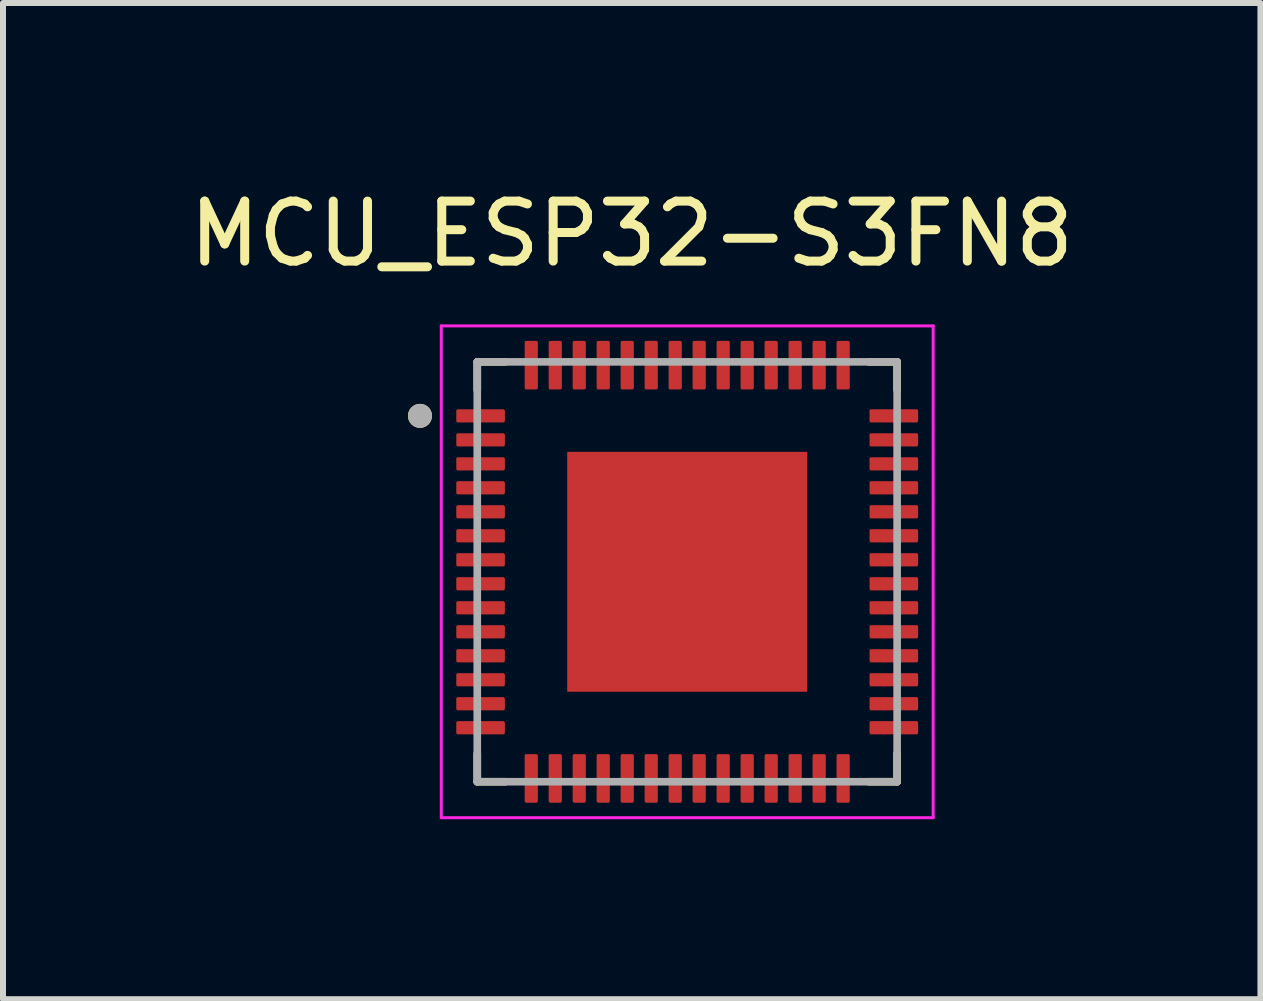
<source format=kicad_pcb>
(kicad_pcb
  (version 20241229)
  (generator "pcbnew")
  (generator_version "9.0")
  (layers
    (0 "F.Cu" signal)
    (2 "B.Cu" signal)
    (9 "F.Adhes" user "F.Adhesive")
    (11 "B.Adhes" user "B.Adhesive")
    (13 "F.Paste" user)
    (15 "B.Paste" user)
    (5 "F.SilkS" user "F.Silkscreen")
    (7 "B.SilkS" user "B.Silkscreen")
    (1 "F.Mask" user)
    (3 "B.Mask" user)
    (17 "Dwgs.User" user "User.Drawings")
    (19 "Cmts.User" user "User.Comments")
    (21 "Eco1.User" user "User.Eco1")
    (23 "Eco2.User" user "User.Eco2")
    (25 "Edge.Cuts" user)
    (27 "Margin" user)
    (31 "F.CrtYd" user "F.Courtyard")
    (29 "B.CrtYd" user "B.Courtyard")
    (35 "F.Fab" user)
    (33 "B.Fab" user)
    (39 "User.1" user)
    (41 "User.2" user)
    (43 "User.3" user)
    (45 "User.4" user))
  (footprint "MCU_ESP32-S3FN8"
    (layer "F.Cu")
    (at 8.407 6.483)
    (property "Reference" "MCU_ESP32-S3FN8" (at -0.925 -5.635 0) (layer "F.SilkS") (effects (font (size 1 1) (thickness 0.15))))
    (attr smd)
    (fp_line (start -3.5 -3.5) (end -3.5 -3.03) (stroke (width 0.127) (type solid)) (layer "F.SilkS"))
    (fp_line (start -3.5 -3.5) (end -3.03 -3.5) (stroke (width 0.127) (type solid)) (layer "F.SilkS"))
    (fp_line (start -3.5 3.5) (end -3.5 3.03) (stroke (width 0.127) (type solid)) (layer "F.SilkS"))
    (fp_line (start -3.5 3.5) (end -3.03 3.5) (stroke (width 0.127) (type solid)) (layer "F.SilkS"))
    (fp_line (start 3.5 -3.5) (end 3.03 -3.5) (stroke (width 0.127) (type solid)) (layer "F.SilkS"))
    (fp_line (start 3.5 -3.5) (end 3.5 -3.03) (stroke (width 0.127) (type solid)) (layer "F.SilkS"))
    (fp_line (start 3.5 3.5) (end 3.03 3.5) (stroke (width 0.127) (type solid)) (layer "F.SilkS"))
    (fp_line (start 3.5 3.5) (end 3.5 3.03) (stroke (width 0.127) (type solid)) (layer "F.SilkS"))
    (fp_circle (center -4.455 -2.6) (end -4.355 -2.6) (stroke (width 0.2) (type solid)) (fill no) (layer "F.SilkS"))
    (fp_poly (pts (xy -1.515 -1.515) (xy -0.245 -1.515) (xy -0.245 -0.245) (xy -1.515 -0.245)) (stroke (width 0.01) (type solid)) (fill yes) (layer "F.Paste"))
    (fp_poly (pts (xy -1.515 0.245) (xy -0.245 0.245) (xy -0.245 1.515) (xy -1.515 1.515)) (stroke (width 0.01) (type solid)) (fill yes) (layer "F.Paste"))
    (fp_poly (pts (xy 0.245 -1.515) (xy 1.515 -1.515) (xy 1.515 -0.245) (xy 0.245 -0.245)) (stroke (width 0.01) (type solid)) (fill yes) (layer "F.Paste"))
    (fp_poly (pts (xy 0.245 0.245) (xy 1.515 0.245) (xy 1.515 1.515) (xy 0.245 1.515)) (stroke (width 0.01) (type solid)) (fill yes) (layer "F.Paste"))
    (fp_line (start -4.1 -4.1) (end 4.1 -4.1) (stroke (width 0.05) (type solid)) (layer "F.CrtYd"))
    (fp_line (start -4.1 4.1) (end -4.1 -4.1) (stroke (width 0.05) (type solid)) (layer "F.CrtYd"))
    (fp_line (start -4.1 4.1) (end 4.1 4.1) (stroke (width 0.05) (type solid)) (layer "F.CrtYd"))
    (fp_line (start 4.1 4.1) (end 4.1 -4.1) (stroke (width 0.05) (type solid)) (layer "F.CrtYd"))
    (fp_line (start -3.5 3.5) (end -3.5 -3.5) (stroke (width 0.127) (type solid)) (layer "F.Fab"))
    (fp_line (start 3.5 -3.5) (end -3.5 -3.5) (stroke (width 0.127) (type solid)) (layer "F.Fab"))
    (fp_line (start 3.5 3.5) (end -3.5 3.5) (stroke (width 0.127) (type solid)) (layer "F.Fab"))
    (fp_line (start 3.5 3.5) (end 3.5 -3.5) (stroke (width 0.127) (type solid)) (layer "F.Fab"))
    (fp_circle (center -4.455 -2.6) (end -4.355 -2.6) (stroke (width 0.2) (type solid)) (fill no) (layer "F.Fab"))
    (pad "1" smd roundrect (at -3.445 -2.6) (size 0.81 0.22) (layers "F.Cu" "F.Mask" "F.Paste") (roundrect_rratio 0.125))
    (pad "2" smd roundrect (at -3.445 -2.2) (size 0.81 0.22) (layers "F.Cu" "F.Mask" "F.Paste") (roundrect_rratio 0.125))
    (pad "3" smd roundrect (at -3.445 -1.8) (size 0.81 0.22) (layers "F.Cu" "F.Mask" "F.Paste") (roundrect_rratio 0.125))
    (pad "4" smd roundrect (at -3.445 -1.4) (size 0.81 0.22) (layers "F.Cu" "F.Mask" "F.Paste") (roundrect_rratio 0.125))
    (pad "5" smd roundrect (at -3.445 -1) (size 0.81 0.22) (layers "F.Cu" "F.Mask" "F.Paste") (roundrect_rratio 0.125))
    (pad "6" smd roundrect (at -3.445 -0.6) (size 0.81 0.22) (layers "F.Cu" "F.Mask" "F.Paste") (roundrect_rratio 0.125))
    (pad "7" smd roundrect (at -3.445 -0.2) (size 0.81 0.22) (layers "F.Cu" "F.Mask" "F.Paste") (roundrect_rratio 0.125))
    (pad "8" smd roundrect (at -3.445 0.2) (size 0.81 0.22) (layers "F.Cu" "F.Mask" "F.Paste") (roundrect_rratio 0.125))
    (pad "9" smd roundrect (at -3.445 0.6) (size 0.81 0.22) (layers "F.Cu" "F.Mask" "F.Paste") (roundrect_rratio 0.125))
    (pad "10" smd roundrect (at -3.445 1) (size 0.81 0.22) (layers "F.Cu" "F.Mask" "F.Paste") (roundrect_rratio 0.125))
    (pad "11" smd roundrect (at -3.445 1.4) (size 0.81 0.22) (layers "F.Cu" "F.Mask" "F.Paste") (roundrect_rratio 0.125))
    (pad "12" smd roundrect (at -3.445 1.8) (size 0.81 0.22) (layers "F.Cu" "F.Mask" "F.Paste") (roundrect_rratio 0.125))
    (pad "13" smd roundrect (at -3.445 2.2) (size 0.81 0.22) (layers "F.Cu" "F.Mask" "F.Paste") (roundrect_rratio 0.125))
    (pad "14" smd roundrect (at -3.445 2.6) (size 0.81 0.22) (layers "F.Cu" "F.Mask" "F.Paste") (roundrect_rratio 0.125))
    (pad "15" smd roundrect (at -2.6 3.445) (size 0.22 0.81) (layers "F.Cu" "F.Mask" "F.Paste") (roundrect_rratio 0.125))
    (pad "16" smd roundrect (at -2.2 3.445) (size 0.22 0.81) (layers "F.Cu" "F.Mask" "F.Paste") (roundrect_rratio 0.125))
    (pad "17" smd roundrect (at -1.8 3.445) (size 0.22 0.81) (layers "F.Cu" "F.Mask" "F.Paste") (roundrect_rratio 0.125))
    (pad "18" smd roundrect (at -1.4 3.445) (size 0.22 0.81) (layers "F.Cu" "F.Mask" "F.Paste") (roundrect_rratio 0.125))
    (pad "19" smd roundrect (at -1 3.445) (size 0.22 0.81) (layers "F.Cu" "F.Mask" "F.Paste") (roundrect_rratio 0.125))
    (pad "20" smd roundrect (at -0.6 3.445) (size 0.22 0.81) (layers "F.Cu" "F.Mask" "F.Paste") (roundrect_rratio 0.125))
    (pad "21" smd roundrect (at -0.2 3.445) (size 0.22 0.81) (layers "F.Cu" "F.Mask" "F.Paste") (roundrect_rratio 0.125))
    (pad "22" smd roundrect (at 0.2 3.445) (size 0.22 0.81) (layers "F.Cu" "F.Mask" "F.Paste") (roundrect_rratio 0.125))
    (pad "23" smd roundrect (at 0.6 3.445) (size 0.22 0.81) (layers "F.Cu" "F.Mask" "F.Paste") (roundrect_rratio 0.125))
    (pad "24" smd roundrect (at 1 3.445) (size 0.22 0.81) (layers "F.Cu" "F.Mask" "F.Paste") (roundrect_rratio 0.125))
    (pad "25" smd roundrect (at 1.4 3.445) (size 0.22 0.81) (layers "F.Cu" "F.Mask" "F.Paste") (roundrect_rratio 0.125))
    (pad "26" smd roundrect (at 1.8 3.445) (size 0.22 0.81) (layers "F.Cu" "F.Mask" "F.Paste") (roundrect_rratio 0.125))
    (pad "27" smd roundrect (at 2.2 3.445) (size 0.22 0.81) (layers "F.Cu" "F.Mask" "F.Paste") (roundrect_rratio 0.125))
    (pad "28" smd roundrect (at 2.6 3.445) (size 0.22 0.81) (layers "F.Cu" "F.Mask" "F.Paste") (roundrect_rratio 0.125))
    (pad "29" smd roundrect (at 3.445 2.6) (size 0.81 0.22) (layers "F.Cu" "F.Mask" "F.Paste") (roundrect_rratio 0.125))
    (pad "30" smd roundrect (at 3.445 2.2) (size 0.81 0.22) (layers "F.Cu" "F.Mask" "F.Paste") (roundrect_rratio 0.125))
    (pad "31" smd roundrect (at 3.445 1.8) (size 0.81 0.22) (layers "F.Cu" "F.Mask" "F.Paste") (roundrect_rratio 0.125))
    (pad "32" smd roundrect (at 3.445 1.4) (size 0.81 0.22) (layers "F.Cu" "F.Mask" "F.Paste") (roundrect_rratio 0.125))
    (pad "33" smd roundrect (at 3.445 1) (size 0.81 0.22) (layers "F.Cu" "F.Mask" "F.Paste") (roundrect_rratio 0.125))
    (pad "34" smd roundrect (at 3.445 0.6) (size 0.81 0.22) (layers "F.Cu" "F.Mask" "F.Paste") (roundrect_rratio 0.125))
    (pad "35" smd roundrect (at 3.445 0.2) (size 0.81 0.22) (layers "F.Cu" "F.Mask" "F.Paste") (roundrect_rratio 0.125))
    (pad "36" smd roundrect (at 3.445 -0.2) (size 0.81 0.22) (layers "F.Cu" "F.Mask" "F.Paste") (roundrect_rratio 0.125))
    (pad "37" smd roundrect (at 3.445 -0.6) (size 0.81 0.22) (layers "F.Cu" "F.Mask" "F.Paste") (roundrect_rratio 0.125))
    (pad "38" smd roundrect (at 3.445 -1) (size 0.81 0.22) (layers "F.Cu" "F.Mask" "F.Paste") (roundrect_rratio 0.125))
    (pad "39" smd roundrect (at 3.445 -1.4) (size 0.81 0.22) (layers "F.Cu" "F.Mask" "F.Paste") (roundrect_rratio 0.125))
    (pad "40" smd roundrect (at 3.445 -1.8) (size 0.81 0.22) (layers "F.Cu" "F.Mask" "F.Paste") (roundrect_rratio 0.125))
    (pad "41" smd roundrect (at 3.445 -2.2) (size 0.81 0.22) (layers "F.Cu" "F.Mask" "F.Paste") (roundrect_rratio 0.125))
    (pad "42" smd roundrect (at 3.445 -2.6) (size 0.81 0.22) (layers "F.Cu" "F.Mask" "F.Paste") (roundrect_rratio 0.125))
    (pad "43" smd roundrect (at 2.6 -3.445) (size 0.22 0.81) (layers "F.Cu" "F.Mask" "F.Paste") (roundrect_rratio 0.125))
    (pad "44" smd roundrect (at 2.2 -3.445) (size 0.22 0.81) (layers "F.Cu" "F.Mask" "F.Paste") (roundrect_rratio 0.125))
    (pad "45" smd roundrect (at 1.8 -3.445) (size 0.22 0.81) (layers "F.Cu" "F.Mask" "F.Paste") (roundrect_rratio 0.125))
    (pad "46" smd roundrect (at 1.4 -3.445) (size 0.22 0.81) (layers "F.Cu" "F.Mask" "F.Paste") (roundrect_rratio 0.125))
    (pad "47" smd roundrect (at 1 -3.445) (size 0.22 0.81) (layers "F.Cu" "F.Mask" "F.Paste") (roundrect_rratio 0.125))
    (pad "48" smd roundrect (at 0.6 -3.445) (size 0.22 0.81) (layers "F.Cu" "F.Mask" "F.Paste") (roundrect_rratio 0.125))
    (pad "49" smd roundrect (at 0.2 -3.445) (size 0.22 0.81) (layers "F.Cu" "F.Mask" "F.Paste") (roundrect_rratio 0.125))
    (pad "50" smd roundrect (at -0.2 -3.445) (size 0.22 0.81) (layers "F.Cu" "F.Mask" "F.Paste") (roundrect_rratio 0.125))
    (pad "51" smd roundrect (at -0.6 -3.445) (size 0.22 0.81) (layers "F.Cu" "F.Mask" "F.Paste") (roundrect_rratio 0.125))
    (pad "52" smd roundrect (at -1 -3.445) (size 0.22 0.81) (layers "F.Cu" "F.Mask" "F.Paste") (roundrect_rratio 0.125))
    (pad "53" smd roundrect (at -1.4 -3.445) (size 0.22 0.81) (layers "F.Cu" "F.Mask" "F.Paste") (roundrect_rratio 0.125))
    (pad "54" smd roundrect (at -1.8 -3.445) (size 0.22 0.81) (layers "F.Cu" "F.Mask" "F.Paste") (roundrect_rratio 0.125))
    (pad "55" smd roundrect (at -2.2 -3.445) (size 0.22 0.81) (layers "F.Cu" "F.Mask" "F.Paste") (roundrect_rratio 0.125))
    (pad "56" smd roundrect (at -2.6 -3.445) (size 0.22 0.81) (layers "F.Cu" "F.Mask" "F.Paste") (roundrect_rratio 0.125))
    (pad "57" smd rect (at 0 0) (size 4 4) (layers "F.Cu" "F.Mask")))
  (gr_rect
    (start -3 -3)
    (end 17.964 13.608)
    (stroke (width 0.1) (type default))
    (fill no)
    (layer "Edge.Cuts")))
</source>
